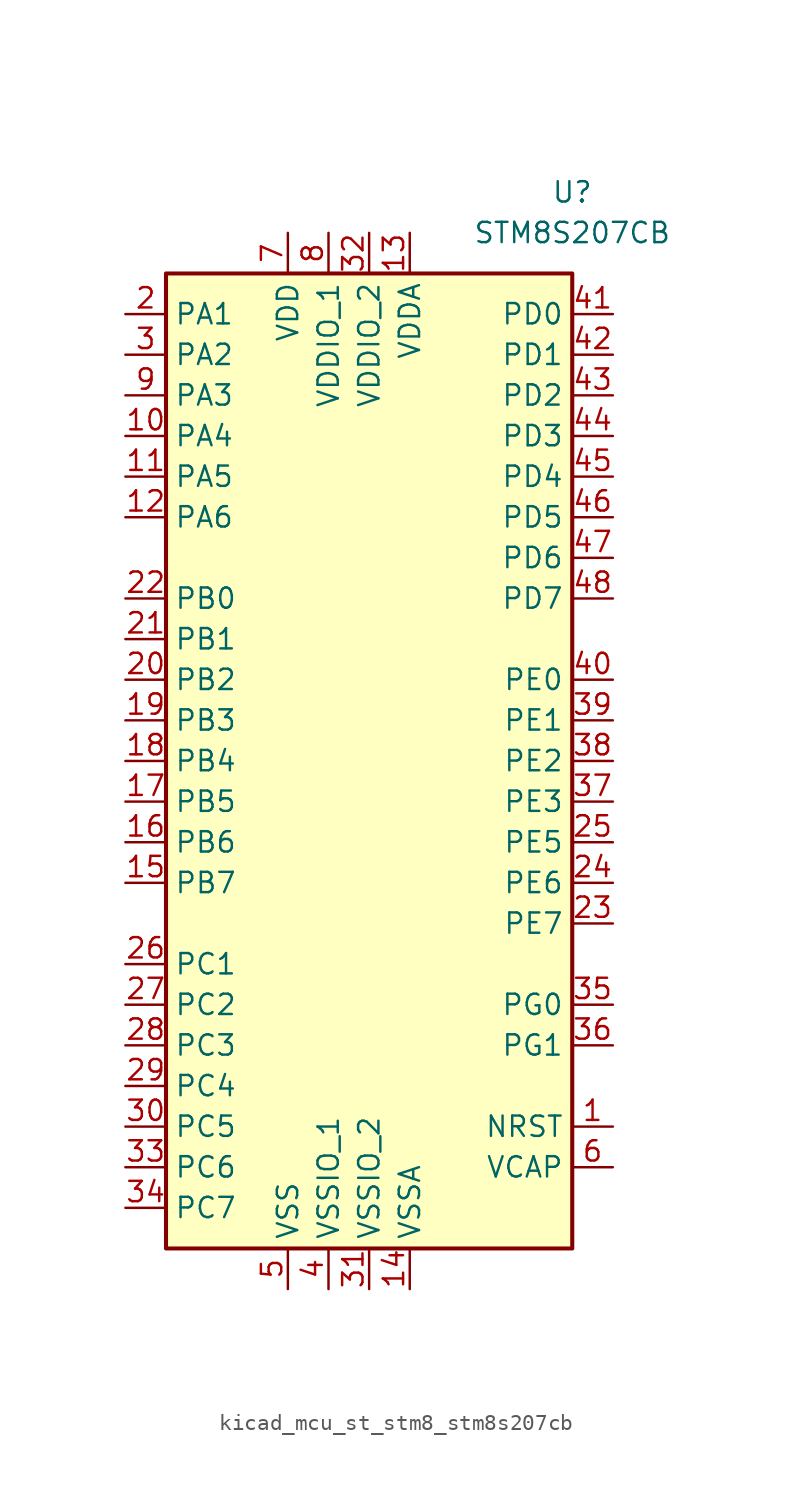
<source format=kicad_sym>
(kicad_symbol_lib
  (version 20220914)
  (generator kicad_symbol_editor)
  (symbol "kicad_mcu_st_stm8_stm8s207cb"
    (property "Reference" "U"
      (at 12.7 35.56 0)
      (effects (font (size 1.27 1.27))))
    (property "Value" "STM8S207CB"
      (at 12.7 33.02 0)
      (effects (font (size 1.27 1.27))))
    (symbol "kicad_mcu_st_stm8_stm8s207cb_0_1"
      (rectangle (start -12.7 -30.48) (end 12.7 30.48) (stroke (width 0.254) (type default)) (fill (type background))))
    (symbol "kicad_mcu_st_stm8_stm8s207cb_1_1"
      (pin input line (at 15.24 -22.86 180) (length 2.54) (name "NRST" (effects (font (size 1.27 1.27)))) (number "1" (effects (font (size 1.27 1.27)))))
      (pin bidirectional line (at -15.24 20.32 0) (length 2.54) (name "PA4" (effects (font (size 1.27 1.27)))) (number "10" (effects (font (size 1.27 1.27)))))
      (pin bidirectional line (at -15.24 17.78 0) (length 2.54) (name "PA5" (effects (font (size 1.27 1.27)))) (number "11" (effects (font (size 1.27 1.27)))))
      (pin bidirectional line (at -15.24 15.24 0) (length 2.54) (name "PA6" (effects (font (size 1.27 1.27)))) (number "12" (effects (font (size 1.27 1.27)))))
      (pin power_in line (at 2.54 33.02 270) (length 2.54) (name "VDDA" (effects (font (size 1.27 1.27)))) (number "13" (effects (font (size 1.27 1.27)))))
      (pin power_in line (at 2.54 -33.02 90) (length 2.54) (name "VSSA" (effects (font (size 1.27 1.27)))) (number "14" (effects (font (size 1.27 1.27)))))
      (pin bidirectional line (at -15.24 -7.62 0) (length 2.54) (name "PB7" (effects (font (size 1.27 1.27)))) (number "15" (effects (font (size 1.27 1.27)))))
      (pin bidirectional line (at -15.24 -5.08 0) (length 2.54) (name "PB6" (effects (font (size 1.27 1.27)))) (number "16" (effects (font (size 1.27 1.27)))))
      (pin bidirectional line (at -15.24 -2.54 0) (length 2.54) (name "PB5" (effects (font (size 1.27 1.27)))) (number "17" (effects (font (size 1.27 1.27)))))
      (pin bidirectional line (at -15.24 0 0) (length 2.54) (name "PB4" (effects (font (size 1.27 1.27)))) (number "18" (effects (font (size 1.27 1.27)))))
      (pin bidirectional line (at -15.24 2.54 0) (length 2.54) (name "PB3" (effects (font (size 1.27 1.27)))) (number "19" (effects (font (size 1.27 1.27)))))
      (pin bidirectional line (at -15.24 27.94 0) (length 2.54) (name "PA1" (effects (font (size 1.27 1.27)))) (number "2" (effects (font (size 1.27 1.27)))))
      (pin bidirectional line (at -15.24 5.08 0) (length 2.54) (name "PB2" (effects (font (size 1.27 1.27)))) (number "20" (effects (font (size 1.27 1.27)))))
      (pin bidirectional line (at -15.24 7.62 0) (length 2.54) (name "PB1" (effects (font (size 1.27 1.27)))) (number "21" (effects (font (size 1.27 1.27)))))
      (pin bidirectional line (at -15.24 10.16 0) (length 2.54) (name "PB0" (effects (font (size 1.27 1.27)))) (number "22" (effects (font (size 1.27 1.27)))))
      (pin bidirectional line (at 15.24 -10.16 180) (length 2.54) (name "PE7" (effects (font (size 1.27 1.27)))) (number "23" (effects (font (size 1.27 1.27)))))
      (pin bidirectional line (at 15.24 -7.62 180) (length 2.54) (name "PE6" (effects (font (size 1.27 1.27)))) (number "24" (effects (font (size 1.27 1.27)))))
      (pin bidirectional line (at 15.24 -5.08 180) (length 2.54) (name "PE5" (effects (font (size 1.27 1.27)))) (number "25" (effects (font (size 1.27 1.27)))))
      (pin bidirectional line (at -15.24 -12.7 0) (length 2.54) (name "PC1" (effects (font (size 1.27 1.27)))) (number "26" (effects (font (size 1.27 1.27)))))
      (pin bidirectional line (at -15.24 -15.24 0) (length 2.54) (name "PC2" (effects (font (size 1.27 1.27)))) (number "27" (effects (font (size 1.27 1.27)))))
      (pin bidirectional line (at -15.24 -17.78 0) (length 2.54) (name "PC3" (effects (font (size 1.27 1.27)))) (number "28" (effects (font (size 1.27 1.27)))))
      (pin bidirectional line (at -15.24 -20.32 0) (length 2.54) (name "PC4" (effects (font (size 1.27 1.27)))) (number "29" (effects (font (size 1.27 1.27)))))
      (pin bidirectional line (at -15.24 25.4 0) (length 2.54) (name "PA2" (effects (font (size 1.27 1.27)))) (number "3" (effects (font (size 1.27 1.27)))))
      (pin bidirectional line (at -15.24 -22.86 0) (length 2.54) (name "PC5" (effects (font (size 1.27 1.27)))) (number "30" (effects (font (size 1.27 1.27)))))
      (pin power_in line (at 0 -33.02 90) (length 2.54) (name "VSSIO_2" (effects (font (size 1.27 1.27)))) (number "31" (effects (font (size 1.27 1.27)))))
      (pin power_in line (at 0 33.02 270) (length 2.54) (name "VDDIO_2" (effects (font (size 1.27 1.27)))) (number "32" (effects (font (size 1.27 1.27)))))
      (pin bidirectional line (at -15.24 -25.4 0) (length 2.54) (name "PC6" (effects (font (size 1.27 1.27)))) (number "33" (effects (font (size 1.27 1.27)))))
      (pin bidirectional line (at -15.24 -27.94 0) (length 2.54) (name "PC7" (effects (font (size 1.27 1.27)))) (number "34" (effects (font (size 1.27 1.27)))))
      (pin bidirectional line (at 15.24 -15.24 180) (length 2.54) (name "PG0" (effects (font (size 1.27 1.27)))) (number "35" (effects (font (size 1.27 1.27)))))
      (pin bidirectional line (at 15.24 -17.78 180) (length 2.54) (name "PG1" (effects (font (size 1.27 1.27)))) (number "36" (effects (font (size 1.27 1.27)))))
      (pin bidirectional line (at 15.24 -2.54 180) (length 2.54) (name "PE3" (effects (font (size 1.27 1.27)))) (number "37" (effects (font (size 1.27 1.27)))))
      (pin bidirectional line (at 15.24 0 180) (length 2.54) (name "PE2" (effects (font (size 1.27 1.27)))) (number "38" (effects (font (size 1.27 1.27)))))
      (pin bidirectional line (at 15.24 2.54 180) (length 2.54) (name "PE1" (effects (font (size 1.27 1.27)))) (number "39" (effects (font (size 1.27 1.27)))))
      (pin power_in line (at -2.54 -33.02 90) (length 2.54) (name "VSSIO_1" (effects (font (size 1.27 1.27)))) (number "4" (effects (font (size 1.27 1.27)))))
      (pin bidirectional line (at 15.24 5.08 180) (length 2.54) (name "PE0" (effects (font (size 1.27 1.27)))) (number "40" (effects (font (size 1.27 1.27)))))
      (pin bidirectional line (at 15.24 27.94 180) (length 2.54) (name "PD0" (effects (font (size 1.27 1.27)))) (number "41" (effects (font (size 1.27 1.27)))))
      (pin bidirectional line (at 15.24 25.4 180) (length 2.54) (name "PD1" (effects (font (size 1.27 1.27)))) (number "42" (effects (font (size 1.27 1.27)))))
      (pin bidirectional line (at 15.24 22.86 180) (length 2.54) (name "PD2" (effects (font (size 1.27 1.27)))) (number "43" (effects (font (size 1.27 1.27)))))
      (pin bidirectional line (at 15.24 20.32 180) (length 2.54) (name "PD3" (effects (font (size 1.27 1.27)))) (number "44" (effects (font (size 1.27 1.27)))))
      (pin bidirectional line (at 15.24 17.78 180) (length 2.54) (name "PD4" (effects (font (size 1.27 1.27)))) (number "45" (effects (font (size 1.27 1.27)))))
      (pin bidirectional line (at 15.24 15.24 180) (length 2.54) (name "PD5" (effects (font (size 1.27 1.27)))) (number "46" (effects (font (size 1.27 1.27)))))
      (pin bidirectional line (at 15.24 12.7 180) (length 2.54) (name "PD6" (effects (font (size 1.27 1.27)))) (number "47" (effects (font (size 1.27 1.27)))))
      (pin bidirectional line (at 15.24 10.16 180) (length 2.54) (name "PD7" (effects (font (size 1.27 1.27)))) (number "48" (effects (font (size 1.27 1.27)))))
      (pin power_in line (at -5.08 -33.02 90) (length 2.54) (name "VSS" (effects (font (size 1.27 1.27)))) (number "5" (effects (font (size 1.27 1.27)))))
      (pin input line (at 15.24 -25.4 180) (length 2.54) (name "VCAP" (effects (font (size 1.27 1.27)))) (number "6" (effects (font (size 1.27 1.27)))))
      (pin power_in line (at -5.08 33.02 270) (length 2.54) (name "VDD" (effects (font (size 1.27 1.27)))) (number "7" (effects (font (size 1.27 1.27)))))
      (pin power_in line (at -2.54 33.02 270) (length 2.54) (name "VDDIO_1" (effects (font (size 1.27 1.27)))) (number "8" (effects (font (size 1.27 1.27)))))
      (pin bidirectional line (at -15.24 22.86 0) (length 2.54) (name "PA3" (effects (font (size 1.27 1.27)))) (number "9" (effects (font (size 1.27 1.27))))))))
</source>
